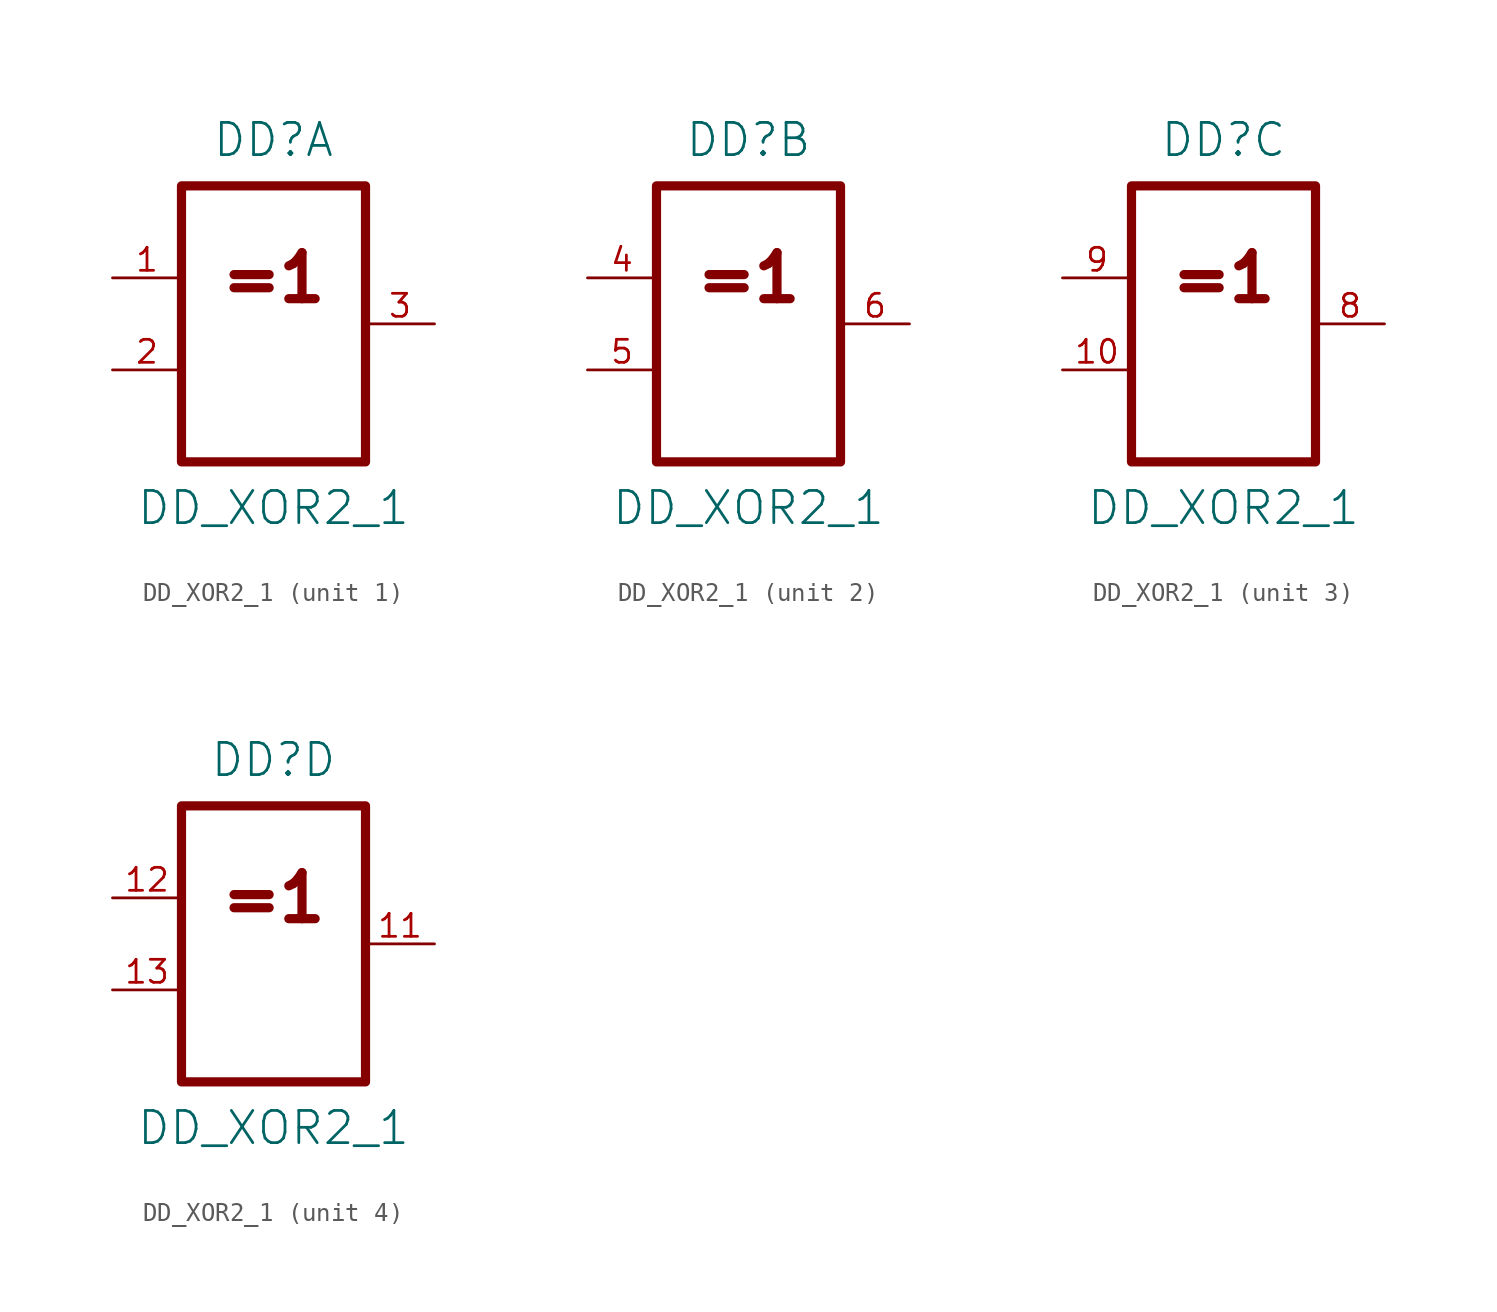
<source format=kicad_sym>
(kicad_symbol_lib
  (version 20211014)
  (generator kicad_symbol_editor)
  (symbol "DD_XOR2_1"
    (pin_names
      (offset 1.27))
    (property "Reference" "DD"
      (at 0 10.16 0)
      (effects (font (size 1.778 1.778))))
    (property "Value" "DD_XOR2_1"
      (at 0 -10.16 0)
      (effects (font (size 1.778 1.778))))
    (symbol "DD_XOR2_1_0_0"
      (text "=1" (at 0 2.54 0) (effects (font (size 2.54 2.54) bold))))
    (symbol "DD_XOR2_1_0_1"
      (rectangle (start -5.08 7.62) (end 5.08 -7.62) (stroke (width 0.508) (type default) (color 0 0 0 0)) (fill (type none)))
      (pin power_in non_logic (at 8.89 5.08 180) (length 3.81) hide (name "VCC" (effects (font (size 1.27 1.27)))) (number "14" (effects (font (size 1.27 1.27)))))
      (pin power_in non_logic (at 8.89 -5.08 180) (length 3.81) hide (name "GND" (effects (font (size 1.27 1.27)))) (number "7" (effects (font (size 1.27 1.27))))))
    (symbol "DD_XOR2_1_1_1"
      (pin input line (at -8.89 2.54 0) (length 3.81) (name "~" (effects (font (size 1.778 1.778)))) (number "1" (effects (font (size 1.27 1.27)))))
      (pin input line (at -8.89 -2.54 0) (length 3.81) (name "~" (effects (font (size 1.778 1.778)))) (number "2" (effects (font (size 1.27 1.27)))))
      (pin output line (at 8.89 0 180) (length 3.81) (name "~" (effects (font (size 1.778 1.778)))) (number "3" (effects (font (size 1.27 1.27))))))
    (symbol "DD_XOR2_1_2_1"
      (pin input line (at -8.89 2.54 0) (length 3.81) (name "~" (effects (font (size 1.778 1.778)))) (number "4" (effects (font (size 1.27 1.27)))))
      (pin input line (at -8.89 -2.54 0) (length 3.81) (name "~" (effects (font (size 1.778 1.778)))) (number "5" (effects (font (size 1.27 1.27)))))
      (pin output line (at 8.89 0 180) (length 3.81) (name "~" (effects (font (size 1.778 1.778)))) (number "6" (effects (font (size 1.27 1.27))))))
    (symbol "DD_XOR2_1_3_1"
      (pin input line (at -8.89 -2.54 0) (length 3.81) (name "~" (effects (font (size 1.778 1.778)))) (number "10" (effects (font (size 1.27 1.27)))))
      (pin output line (at 8.89 0 180) (length 3.81) (name "~" (effects (font (size 1.778 1.778)))) (number "8" (effects (font (size 1.27 1.27)))))
      (pin input line (at -8.89 2.54 0) (length 3.81) (name "~" (effects (font (size 1.778 1.778)))) (number "9" (effects (font (size 1.27 1.27))))))
    (symbol "DD_XOR2_1_4_1"
      (pin output line (at 8.89 0 180) (length 3.81) (name "~" (effects (font (size 1.778 1.778)))) (number "11" (effects (font (size 1.27 1.27)))))
      (pin input line (at -8.89 2.54 0) (length 3.81) (name "~" (effects (font (size 1.778 1.778)))) (number "12" (effects (font (size 1.27 1.27)))))
      (pin input line (at -8.89 -2.54 0) (length 3.81) (name "~" (effects (font (size 1.778 1.778)))) (number "13" (effects (font (size 1.27 1.27))))))))
</source>
